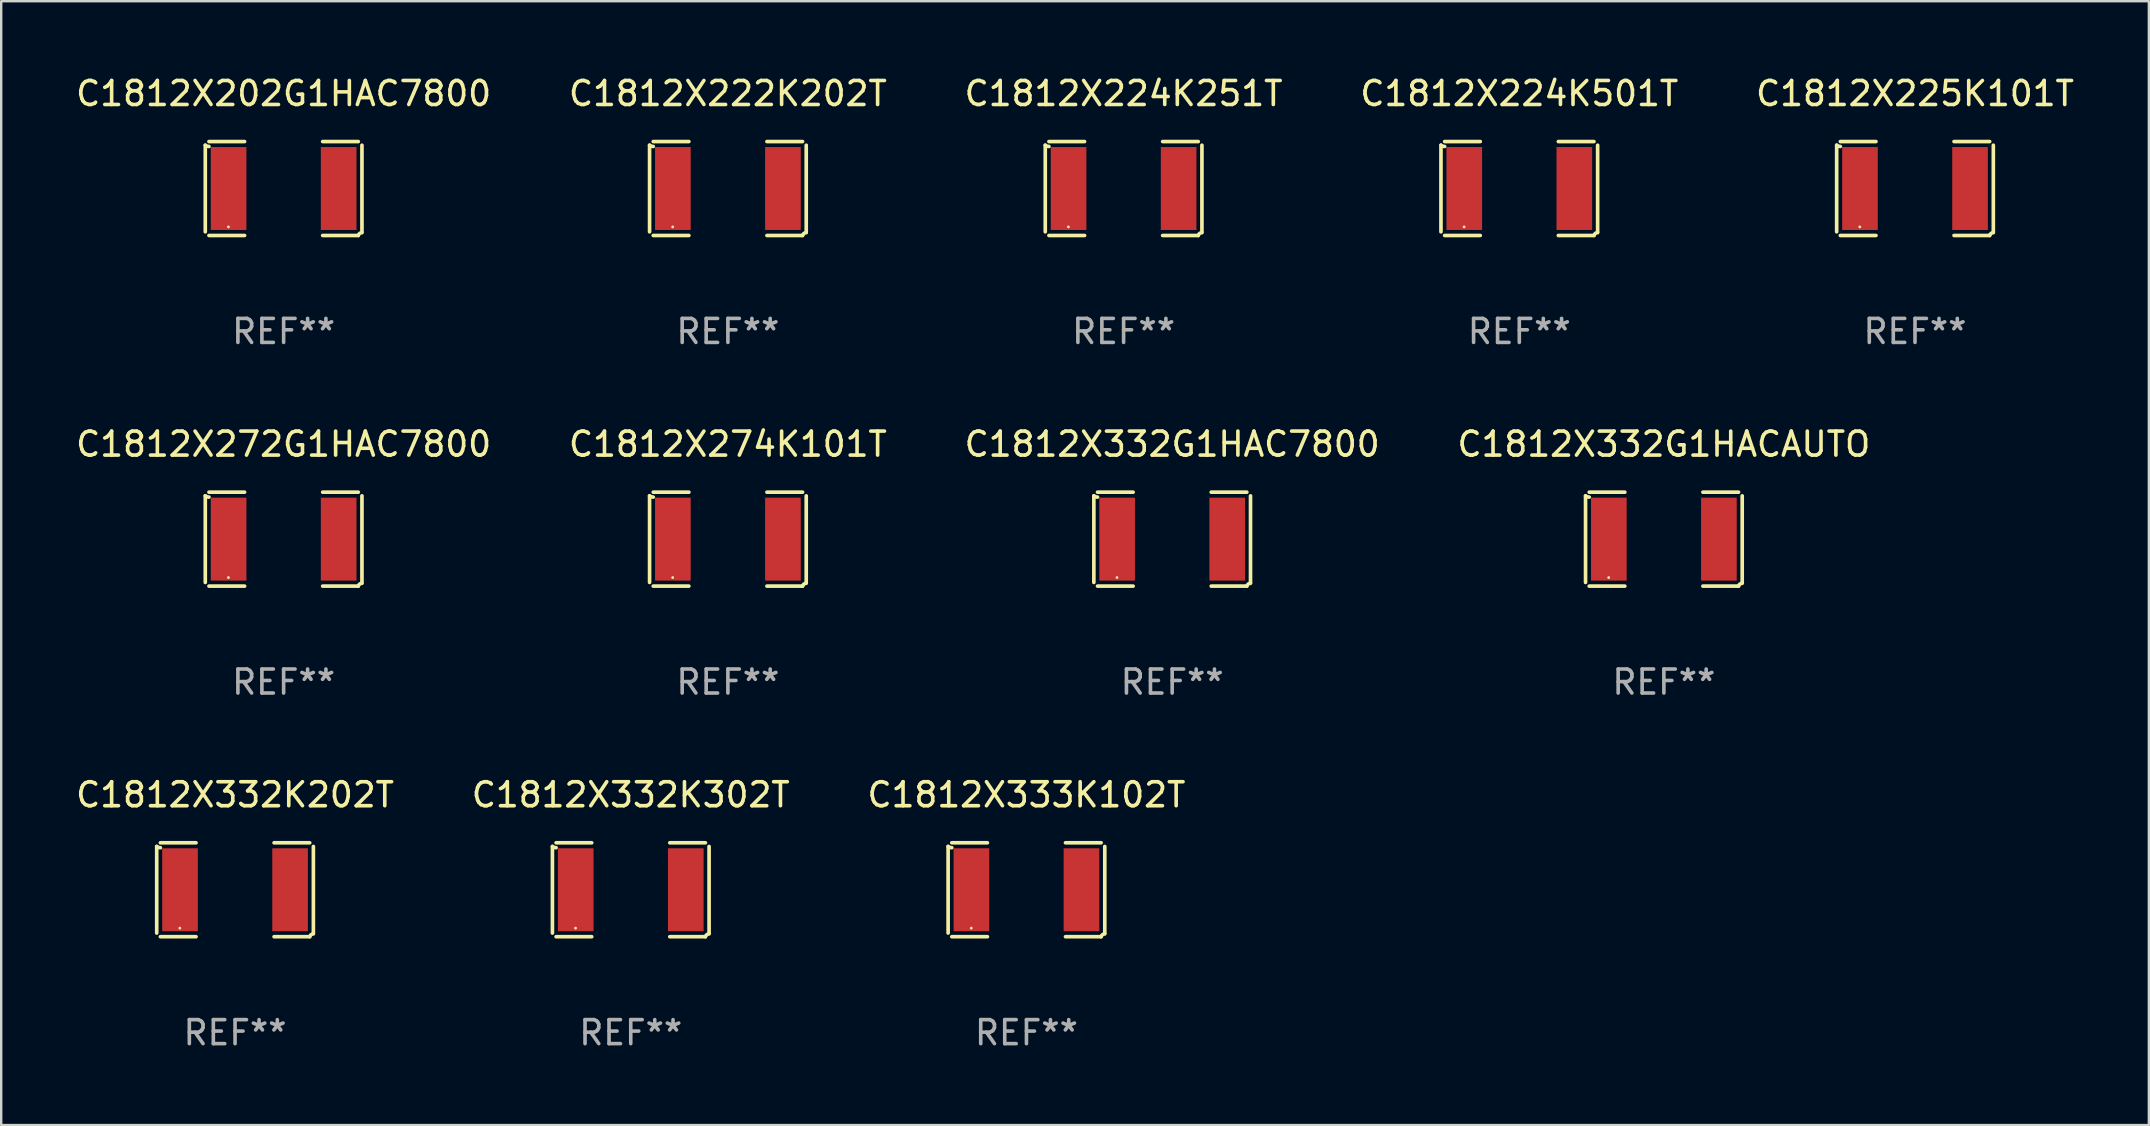
<source format=kicad_pcb>
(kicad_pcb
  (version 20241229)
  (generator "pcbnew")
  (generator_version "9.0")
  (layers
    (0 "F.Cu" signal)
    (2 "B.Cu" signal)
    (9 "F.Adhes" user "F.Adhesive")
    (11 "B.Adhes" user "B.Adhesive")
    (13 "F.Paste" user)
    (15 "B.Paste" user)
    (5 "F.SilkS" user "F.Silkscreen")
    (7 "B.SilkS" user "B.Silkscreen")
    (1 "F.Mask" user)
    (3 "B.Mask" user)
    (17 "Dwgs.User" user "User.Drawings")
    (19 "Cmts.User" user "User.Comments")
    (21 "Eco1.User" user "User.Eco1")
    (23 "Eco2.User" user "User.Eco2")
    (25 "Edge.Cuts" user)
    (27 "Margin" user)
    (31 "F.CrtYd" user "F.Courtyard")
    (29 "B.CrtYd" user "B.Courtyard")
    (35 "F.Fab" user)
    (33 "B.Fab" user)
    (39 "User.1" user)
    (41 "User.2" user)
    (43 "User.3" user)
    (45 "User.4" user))
  (footprint "C1812X225K101T"
    (layer "F.Cu")
    (at 76.744 4.805)
    (property "Reference" "C1812X225K101T" (at 0 -3.957 0) (layer "F.SilkS") (effects (font (size 1 1) (thickness 0.15))))
    (attr through_hole)
    (fp_line (start -3.264 1.804) (end -3.264 -1.804) (stroke (width 0.152) (type solid)) (layer "F.SilkS"))
    (fp_line (start -3.111 -1.957) (end -1.626 -1.957) (stroke (width 0.152) (type solid)) (layer "F.SilkS"))
    (fp_line (start -1.626 1.957) (end -3.111 1.957) (stroke (width 0.152) (type solid)) (layer "F.SilkS"))
    (fp_line (start 1.626 1.957) (end 3.111 1.957) (stroke (width 0.152) (type solid)) (layer "F.SilkS"))
    (fp_line (start 3.111 -1.957) (end 1.626 -1.957) (stroke (width 0.152) (type solid)) (layer "F.SilkS"))
    (fp_line (start 3.264 1.804) (end 3.264 -1.804) (stroke (width 0.152) (type solid)) (layer "F.SilkS"))
    (fp_arc (start -3.111202 -1.752192) (mid -3.191715 -1.76555) (end -3.263602 -1.804191) (stroke (width 0.1524) (type solid)) (layer "F.SilkS"))
    (fp_arc (start 3.111201 1.956591) (mid 3.167789 1.872777) (end 3.263602 1.840424) (stroke (width 0.1524) (type solid)) (layer "F.SilkS"))
    (fp_circle (center -2.3 1.6) (end -2.27 1.6) (stroke (width 0.06) (type solid)) (fill no) (layer "F.SilkS"))
    (fp_text user "REF**" (at 0 5.957 0) (layer "F.Fab") (effects (font (size 1 1) (thickness 0.15))))
    (pad "1" smd rect (at -2.293 0) (size 1.485 3.456) (layers "F.Cu" "F.Mask" "F.Paste"))
    (pad "2" smd rect (at 2.293 0) (size 1.485 3.456) (layers "F.Cu" "F.Mask" "F.Paste")))
  (footprint "C1812X222K202T"
    (layer "F.Cu")
    (at 27.28 4.805)
    (property "Reference" "C1812X222K202T" (at 0 -3.957 0) (layer "F.SilkS") (effects (font (size 1 1) (thickness 0.15))))
    (attr through_hole)
    (fp_line (start -3.264 1.804) (end -3.264 -1.804) (stroke (width 0.152) (type solid)) (layer "F.SilkS"))
    (fp_line (start -3.111 -1.957) (end -1.626 -1.957) (stroke (width 0.152) (type solid)) (layer "F.SilkS"))
    (fp_line (start -1.626 1.957) (end -3.111 1.957) (stroke (width 0.152) (type solid)) (layer "F.SilkS"))
    (fp_line (start 1.626 1.957) (end 3.111 1.957) (stroke (width 0.152) (type solid)) (layer "F.SilkS"))
    (fp_line (start 3.111 -1.957) (end 1.626 -1.957) (stroke (width 0.152) (type solid)) (layer "F.SilkS"))
    (fp_line (start 3.264 1.804) (end 3.264 -1.804) (stroke (width 0.152) (type solid)) (layer "F.SilkS"))
    (fp_arc (start -3.111202 -1.752192) (mid -3.191715 -1.76555) (end -3.263602 -1.804191) (stroke (width 0.1524) (type solid)) (layer "F.SilkS"))
    (fp_arc (start 3.111201 1.956591) (mid 3.167789 1.872777) (end 3.263602 1.840424) (stroke (width 0.1524) (type solid)) (layer "F.SilkS"))
    (fp_circle (center -2.3 1.6) (end -2.27 1.6) (stroke (width 0.06) (type solid)) (fill no) (layer "F.SilkS"))
    (fp_text user "REF**" (at 0 5.957 0) (layer "F.Fab") (effects (font (size 1 1) (thickness 0.15))))
    (pad "1" smd rect (at -2.293 0) (size 1.485 3.456) (layers "F.Cu" "F.Mask" "F.Paste"))
    (pad "2" smd rect (at 2.293 0) (size 1.485 3.456) (layers "F.Cu" "F.Mask" "F.Paste")))
  (footprint "C1812X332G1HACAUTO"
    (layer "F.Cu")
    (at 66.28 19.415)
    (property "Reference" "C1812X332G1HACAUTO" (at 0 -3.957 0) (layer "F.SilkS") (effects (font (size 1 1) (thickness 0.15))))
    (attr through_hole)
    (fp_line (start -3.264 1.804) (end -3.264 -1.804) (stroke (width 0.152) (type solid)) (layer "F.SilkS"))
    (fp_line (start -3.111 -1.957) (end -1.626 -1.957) (stroke (width 0.152) (type solid)) (layer "F.SilkS"))
    (fp_line (start -1.626 1.957) (end -3.111 1.957) (stroke (width 0.152) (type solid)) (layer "F.SilkS"))
    (fp_line (start 1.626 1.957) (end 3.111 1.957) (stroke (width 0.152) (type solid)) (layer "F.SilkS"))
    (fp_line (start 3.111 -1.957) (end 1.626 -1.957) (stroke (width 0.152) (type solid)) (layer "F.SilkS"))
    (fp_line (start 3.264 1.804) (end 3.264 -1.804) (stroke (width 0.152) (type solid)) (layer "F.SilkS"))
    (fp_arc (start -3.111202 -1.752192) (mid -3.191715 -1.76555) (end -3.263602 -1.804191) (stroke (width 0.1524) (type solid)) (layer "F.SilkS"))
    (fp_arc (start 3.111201 1.956591) (mid 3.167789 1.872777) (end 3.263602 1.840424) (stroke (width 0.1524) (type solid)) (layer "F.SilkS"))
    (fp_circle (center -2.3 1.6) (end -2.27 1.6) (stroke (width 0.06) (type solid)) (fill no) (layer "F.SilkS"))
    (fp_text user "REF**" (at 0 5.957 0) (layer "F.Fab") (effects (font (size 1 1) (thickness 0.15))))
    (pad "1" smd rect (at -2.293 0) (size 1.485 3.456) (layers "F.Cu" "F.Mask" "F.Paste"))
    (pad "2" smd rect (at 2.293 0) (size 1.485 3.456) (layers "F.Cu" "F.Mask" "F.Paste")))
  (footprint "C1812X274K101T"
    (layer "F.Cu")
    (at 27.28 19.415)
    (property "Reference" "C1812X274K101T" (at 0 -3.957 0) (layer "F.SilkS") (effects (font (size 1 1) (thickness 0.15))))
    (attr through_hole)
    (fp_line (start -3.264 1.804) (end -3.264 -1.804) (stroke (width 0.152) (type solid)) (layer "F.SilkS"))
    (fp_line (start -3.111 -1.957) (end -1.626 -1.957) (stroke (width 0.152) (type solid)) (layer "F.SilkS"))
    (fp_line (start -1.626 1.957) (end -3.111 1.957) (stroke (width 0.152) (type solid)) (layer "F.SilkS"))
    (fp_line (start 1.626 1.957) (end 3.111 1.957) (stroke (width 0.152) (type solid)) (layer "F.SilkS"))
    (fp_line (start 3.111 -1.957) (end 1.626 -1.957) (stroke (width 0.152) (type solid)) (layer "F.SilkS"))
    (fp_line (start 3.264 1.804) (end 3.264 -1.804) (stroke (width 0.152) (type solid)) (layer "F.SilkS"))
    (fp_arc (start -3.111202 -1.752192) (mid -3.191715 -1.76555) (end -3.263602 -1.804191) (stroke (width 0.1524) (type solid)) (layer "F.SilkS"))
    (fp_arc (start 3.111201 1.956591) (mid 3.167789 1.872777) (end 3.263602 1.840424) (stroke (width 0.1524) (type solid)) (layer "F.SilkS"))
    (fp_circle (center -2.3 1.6) (end -2.27 1.6) (stroke (width 0.06) (type solid)) (fill no) (layer "F.SilkS"))
    (fp_text user "REF**" (at 0 5.957 0) (layer "F.Fab") (effects (font (size 1 1) (thickness 0.15))))
    (pad "1" smd rect (at -2.293 0) (size 1.485 3.456) (layers "F.Cu" "F.Mask" "F.Paste"))
    (pad "2" smd rect (at 2.293 0) (size 1.485 3.456) (layers "F.Cu" "F.Mask" "F.Paste")))
  (footprint "C1812X202G1HAC7800"
    (layer "F.Cu")
    (at 8.768 4.805)
    (property "Reference" "C1812X202G1HAC7800" (at 0 -3.957 0) (layer "F.SilkS") (effects (font (size 1 1) (thickness 0.15))))
    (attr through_hole)
    (fp_line (start -3.264 1.804) (end -3.264 -1.804) (stroke (width 0.152) (type solid)) (layer "F.SilkS"))
    (fp_line (start -3.111 -1.957) (end -1.626 -1.957) (stroke (width 0.152) (type solid)) (layer "F.SilkS"))
    (fp_line (start -1.626 1.957) (end -3.111 1.957) (stroke (width 0.152) (type solid)) (layer "F.SilkS"))
    (fp_line (start 1.626 1.957) (end 3.111 1.957) (stroke (width 0.152) (type solid)) (layer "F.SilkS"))
    (fp_line (start 3.111 -1.957) (end 1.626 -1.957) (stroke (width 0.152) (type solid)) (layer "F.SilkS"))
    (fp_line (start 3.264 1.804) (end 3.264 -1.804) (stroke (width 0.152) (type solid)) (layer "F.SilkS"))
    (fp_arc (start -3.111202 -1.752192) (mid -3.191715 -1.76555) (end -3.263602 -1.804191) (stroke (width 0.1524) (type solid)) (layer "F.SilkS"))
    (fp_arc (start 3.111201 1.956591) (mid 3.167789 1.872777) (end 3.263602 1.840424) (stroke (width 0.1524) (type solid)) (layer "F.SilkS"))
    (fp_circle (center -2.3 1.6) (end -2.27 1.6) (stroke (width 0.06) (type solid)) (fill no) (layer "F.SilkS"))
    (fp_text user "REF**" (at 0 5.957 0) (layer "F.Fab") (effects (font (size 1 1) (thickness 0.15))))
    (pad "1" smd rect (at -2.293 0) (size 1.485 3.456) (layers "F.Cu" "F.Mask" "F.Paste"))
    (pad "2" smd rect (at 2.293 0) (size 1.485 3.456) (layers "F.Cu" "F.Mask" "F.Paste")))
  (footprint "C1812X224K251T"
    (layer "F.Cu")
    (at 43.768 4.805)
    (property "Reference" "C1812X224K251T" (at 0 -3.957 0) (layer "F.SilkS") (effects (font (size 1 1) (thickness 0.15))))
    (attr through_hole)
    (fp_line (start -3.264 1.804) (end -3.264 -1.804) (stroke (width 0.152) (type solid)) (layer "F.SilkS"))
    (fp_line (start -3.111 -1.957) (end -1.626 -1.957) (stroke (width 0.152) (type solid)) (layer "F.SilkS"))
    (fp_line (start -1.626 1.957) (end -3.111 1.957) (stroke (width 0.152) (type solid)) (layer "F.SilkS"))
    (fp_line (start 1.626 1.957) (end 3.111 1.957) (stroke (width 0.152) (type solid)) (layer "F.SilkS"))
    (fp_line (start 3.111 -1.957) (end 1.626 -1.957) (stroke (width 0.152) (type solid)) (layer "F.SilkS"))
    (fp_line (start 3.264 1.804) (end 3.264 -1.804) (stroke (width 0.152) (type solid)) (layer "F.SilkS"))
    (fp_arc (start -3.111202 -1.752192) (mid -3.191715 -1.76555) (end -3.263602 -1.804191) (stroke (width 0.1524) (type solid)) (layer "F.SilkS"))
    (fp_arc (start 3.111201 1.956591) (mid 3.167789 1.872777) (end 3.263602 1.840424) (stroke (width 0.1524) (type solid)) (layer "F.SilkS"))
    (fp_circle (center -2.3 1.6) (end -2.27 1.6) (stroke (width 0.06) (type solid)) (fill no) (layer "F.SilkS"))
    (fp_text user "REF**" (at 0 5.957 0) (layer "F.Fab") (effects (font (size 1 1) (thickness 0.15))))
    (pad "1" smd rect (at -2.293 0) (size 1.485 3.456) (layers "F.Cu" "F.Mask" "F.Paste"))
    (pad "2" smd rect (at 2.293 0) (size 1.485 3.456) (layers "F.Cu" "F.Mask" "F.Paste")))
  (footprint "C1812X272G1HAC7800"
    (layer "F.Cu")
    (at 8.768 19.415)
    (property "Reference" "C1812X272G1HAC7800" (at 0 -3.957 0) (layer "F.SilkS") (effects (font (size 1 1) (thickness 0.15))))
    (attr through_hole)
    (fp_line (start -3.264 1.804) (end -3.264 -1.804) (stroke (width 0.152) (type solid)) (layer "F.SilkS"))
    (fp_line (start -3.111 -1.957) (end -1.626 -1.957) (stroke (width 0.152) (type solid)) (layer "F.SilkS"))
    (fp_line (start -1.626 1.957) (end -3.111 1.957) (stroke (width 0.152) (type solid)) (layer "F.SilkS"))
    (fp_line (start 1.626 1.957) (end 3.111 1.957) (stroke (width 0.152) (type solid)) (layer "F.SilkS"))
    (fp_line (start 3.111 -1.957) (end 1.626 -1.957) (stroke (width 0.152) (type solid)) (layer "F.SilkS"))
    (fp_line (start 3.264 1.804) (end 3.264 -1.804) (stroke (width 0.152) (type solid)) (layer "F.SilkS"))
    (fp_arc (start -3.111202 -1.752192) (mid -3.191715 -1.76555) (end -3.263602 -1.804191) (stroke (width 0.1524) (type solid)) (layer "F.SilkS"))
    (fp_arc (start 3.111201 1.956591) (mid 3.167789 1.872777) (end 3.263602 1.840424) (stroke (width 0.1524) (type solid)) (layer "F.SilkS"))
    (fp_circle (center -2.3 1.6) (end -2.27 1.6) (stroke (width 0.06) (type solid)) (fill no) (layer "F.SilkS"))
    (fp_text user "REF**" (at 0 5.957 0) (layer "F.Fab") (effects (font (size 1 1) (thickness 0.15))))
    (pad "1" smd rect (at -2.293 0) (size 1.485 3.456) (layers "F.Cu" "F.Mask" "F.Paste"))
    (pad "2" smd rect (at 2.293 0) (size 1.485 3.456) (layers "F.Cu" "F.Mask" "F.Paste")))
  (footprint "C1812X333K102T"
    (layer "F.Cu")
    (at 39.72 34.024)
    (property "Reference" "C1812X333K102T" (at 0 -3.957 0) (layer "F.SilkS") (effects (font (size 1 1) (thickness 0.15))))
    (attr through_hole)
    (fp_line (start -3.264 1.804) (end -3.264 -1.804) (stroke (width 0.152) (type solid)) (layer "F.SilkS"))
    (fp_line (start -3.111 -1.957) (end -1.626 -1.957) (stroke (width 0.152) (type solid)) (layer "F.SilkS"))
    (fp_line (start -1.626 1.957) (end -3.111 1.957) (stroke (width 0.152) (type solid)) (layer "F.SilkS"))
    (fp_line (start 1.626 1.957) (end 3.111 1.957) (stroke (width 0.152) (type solid)) (layer "F.SilkS"))
    (fp_line (start 3.111 -1.957) (end 1.626 -1.957) (stroke (width 0.152) (type solid)) (layer "F.SilkS"))
    (fp_line (start 3.264 1.804) (end 3.264 -1.804) (stroke (width 0.152) (type solid)) (layer "F.SilkS"))
    (fp_arc (start -3.111202 -1.752192) (mid -3.191715 -1.76555) (end -3.263602 -1.804191) (stroke (width 0.1524) (type solid)) (layer "F.SilkS"))
    (fp_arc (start 3.111201 1.956591) (mid 3.167789 1.872777) (end 3.263602 1.840424) (stroke (width 0.1524) (type solid)) (layer "F.SilkS"))
    (fp_circle (center -2.3 1.6) (end -2.27 1.6) (stroke (width 0.06) (type solid)) (fill no) (layer "F.SilkS"))
    (fp_text user "REF**" (at 0 5.957 0) (layer "F.Fab") (effects (font (size 1 1) (thickness 0.15))))
    (pad "1" smd rect (at -2.293 0) (size 1.485 3.456) (layers "F.Cu" "F.Mask" "F.Paste"))
    (pad "2" smd rect (at 2.293 0) (size 1.485 3.456) (layers "F.Cu" "F.Mask" "F.Paste")))
  (footprint "C1812X332G1HAC7800"
    (layer "F.Cu")
    (at 45.792 19.415)
    (property "Reference" "C1812X332G1HAC7800" (at 0 -3.957 0) (layer "F.SilkS") (effects (font (size 1 1) (thickness 0.15))))
    (attr through_hole)
    (fp_line (start -3.264 1.804) (end -3.264 -1.804) (stroke (width 0.152) (type solid)) (layer "F.SilkS"))
    (fp_line (start -3.111 -1.957) (end -1.626 -1.957) (stroke (width 0.152) (type solid)) (layer "F.SilkS"))
    (fp_line (start -1.626 1.957) (end -3.111 1.957) (stroke (width 0.152) (type solid)) (layer "F.SilkS"))
    (fp_line (start 1.626 1.957) (end 3.111 1.957) (stroke (width 0.152) (type solid)) (layer "F.SilkS"))
    (fp_line (start 3.111 -1.957) (end 1.626 -1.957) (stroke (width 0.152) (type solid)) (layer "F.SilkS"))
    (fp_line (start 3.264 1.804) (end 3.264 -1.804) (stroke (width 0.152) (type solid)) (layer "F.SilkS"))
    (fp_arc (start -3.111202 -1.752192) (mid -3.191715 -1.76555) (end -3.263602 -1.804191) (stroke (width 0.1524) (type solid)) (layer "F.SilkS"))
    (fp_arc (start 3.111201 1.956591) (mid 3.167789 1.872777) (end 3.263602 1.840424) (stroke (width 0.1524) (type solid)) (layer "F.SilkS"))
    (fp_circle (center -2.3 1.6) (end -2.27 1.6) (stroke (width 0.06) (type solid)) (fill no) (layer "F.SilkS"))
    (fp_text user "REF**" (at 0 5.957 0) (layer "F.Fab") (effects (font (size 1 1) (thickness 0.15))))
    (pad "1" smd rect (at -2.293 0) (size 1.485 3.456) (layers "F.Cu" "F.Mask" "F.Paste"))
    (pad "2" smd rect (at 2.293 0) (size 1.485 3.456) (layers "F.Cu" "F.Mask" "F.Paste")))
  (footprint "C1812X332K202T"
    (layer "F.Cu")
    (at 6.744 34.024)
    (property "Reference" "C1812X332K202T" (at 0 -3.957 0) (layer "F.SilkS") (effects (font (size 1 1) (thickness 0.15))))
    (attr through_hole)
    (fp_line (start -3.264 1.804) (end -3.264 -1.804) (stroke (width 0.152) (type solid)) (layer "F.SilkS"))
    (fp_line (start -3.111 -1.957) (end -1.626 -1.957) (stroke (width 0.152) (type solid)) (layer "F.SilkS"))
    (fp_line (start -1.626 1.957) (end -3.111 1.957) (stroke (width 0.152) (type solid)) (layer "F.SilkS"))
    (fp_line (start 1.626 1.957) (end 3.111 1.957) (stroke (width 0.152) (type solid)) (layer "F.SilkS"))
    (fp_line (start 3.111 -1.957) (end 1.626 -1.957) (stroke (width 0.152) (type solid)) (layer "F.SilkS"))
    (fp_line (start 3.264 1.804) (end 3.264 -1.804) (stroke (width 0.152) (type solid)) (layer "F.SilkS"))
    (fp_arc (start -3.111202 -1.752192) (mid -3.191715 -1.76555) (end -3.263602 -1.804191) (stroke (width 0.1524) (type solid)) (layer "F.SilkS"))
    (fp_arc (start 3.111201 1.956591) (mid 3.167789 1.872777) (end 3.263602 1.840424) (stroke (width 0.1524) (type solid)) (layer "F.SilkS"))
    (fp_circle (center -2.3 1.6) (end -2.27 1.6) (stroke (width 0.06) (type solid)) (fill no) (layer "F.SilkS"))
    (fp_text user "REF**" (at 0 5.957 0) (layer "F.Fab") (effects (font (size 1 1) (thickness 0.15))))
    (pad "1" smd rect (at -2.293 0) (size 1.485 3.456) (layers "F.Cu" "F.Mask" "F.Paste"))
    (pad "2" smd rect (at 2.293 0) (size 1.485 3.456) (layers "F.Cu" "F.Mask" "F.Paste")))
  (footprint "C1812X224K501T"
    (layer "F.Cu")
    (at 60.256 4.805)
    (property "Reference" "C1812X224K501T" (at 0 -3.957 0) (layer "F.SilkS") (effects (font (size 1 1) (thickness 0.15))))
    (attr through_hole)
    (fp_line (start -3.264 1.804) (end -3.264 -1.804) (stroke (width 0.152) (type solid)) (layer "F.SilkS"))
    (fp_line (start -3.111 -1.957) (end -1.626 -1.957) (stroke (width 0.152) (type solid)) (layer "F.SilkS"))
    (fp_line (start -1.626 1.957) (end -3.111 1.957) (stroke (width 0.152) (type solid)) (layer "F.SilkS"))
    (fp_line (start 1.626 1.957) (end 3.111 1.957) (stroke (width 0.152) (type solid)) (layer "F.SilkS"))
    (fp_line (start 3.111 -1.957) (end 1.626 -1.957) (stroke (width 0.152) (type solid)) (layer "F.SilkS"))
    (fp_line (start 3.264 1.804) (end 3.264 -1.804) (stroke (width 0.152) (type solid)) (layer "F.SilkS"))
    (fp_arc (start -3.111202 -1.752192) (mid -3.191715 -1.76555) (end -3.263602 -1.804191) (stroke (width 0.1524) (type solid)) (layer "F.SilkS"))
    (fp_arc (start 3.111201 1.956591) (mid 3.167789 1.872777) (end 3.263602 1.840424) (stroke (width 0.1524) (type solid)) (layer "F.SilkS"))
    (fp_circle (center -2.3 1.6) (end -2.27 1.6) (stroke (width 0.06) (type solid)) (fill no) (layer "F.SilkS"))
    (fp_text user "REF**" (at 0 5.957 0) (layer "F.Fab") (effects (font (size 1 1) (thickness 0.15))))
    (pad "1" smd rect (at -2.293 0) (size 1.485 3.456) (layers "F.Cu" "F.Mask" "F.Paste"))
    (pad "2" smd rect (at 2.293 0) (size 1.485 3.456) (layers "F.Cu" "F.Mask" "F.Paste")))
  (footprint "C1812X332K302T"
    (layer "F.Cu")
    (at 23.232 34.024)
    (property "Reference" "C1812X332K302T" (at 0 -3.957 0) (layer "F.SilkS") (effects (font (size 1 1) (thickness 0.15))))
    (attr through_hole)
    (fp_line (start -3.264 1.804) (end -3.264 -1.804) (stroke (width 0.152) (type solid)) (layer "F.SilkS"))
    (fp_line (start -3.111 -1.957) (end -1.626 -1.957) (stroke (width 0.152) (type solid)) (layer "F.SilkS"))
    (fp_line (start -1.626 1.957) (end -3.111 1.957) (stroke (width 0.152) (type solid)) (layer "F.SilkS"))
    (fp_line (start 1.626 1.957) (end 3.111 1.957) (stroke (width 0.152) (type solid)) (layer "F.SilkS"))
    (fp_line (start 3.111 -1.957) (end 1.626 -1.957) (stroke (width 0.152) (type solid)) (layer "F.SilkS"))
    (fp_line (start 3.264 1.804) (end 3.264 -1.804) (stroke (width 0.152) (type solid)) (layer "F.SilkS"))
    (fp_arc (start -3.111202 -1.752192) (mid -3.191715 -1.76555) (end -3.263602 -1.804191) (stroke (width 0.1524) (type solid)) (layer "F.SilkS"))
    (fp_arc (start 3.111201 1.956591) (mid 3.167789 1.872777) (end 3.263602 1.840424) (stroke (width 0.1524) (type solid)) (layer "F.SilkS"))
    (fp_circle (center -2.3 1.6) (end -2.27 1.6) (stroke (width 0.06) (type solid)) (fill no) (layer "F.SilkS"))
    (fp_text user "REF**" (at 0 5.957 0) (layer "F.Fab") (effects (font (size 1 1) (thickness 0.15))))
    (pad "1" smd rect (at -2.293 0) (size 1.485 3.456) (layers "F.Cu" "F.Mask" "F.Paste"))
    (pad "2" smd rect (at 2.293 0) (size 1.485 3.456) (layers "F.Cu" "F.Mask" "F.Paste")))
  (gr_rect
    (start -3 -3)
    (end 86.488 43.829)
    (stroke (width 0.1) (type default))
    (fill no)
    (layer "Edge.Cuts")))
</source>
